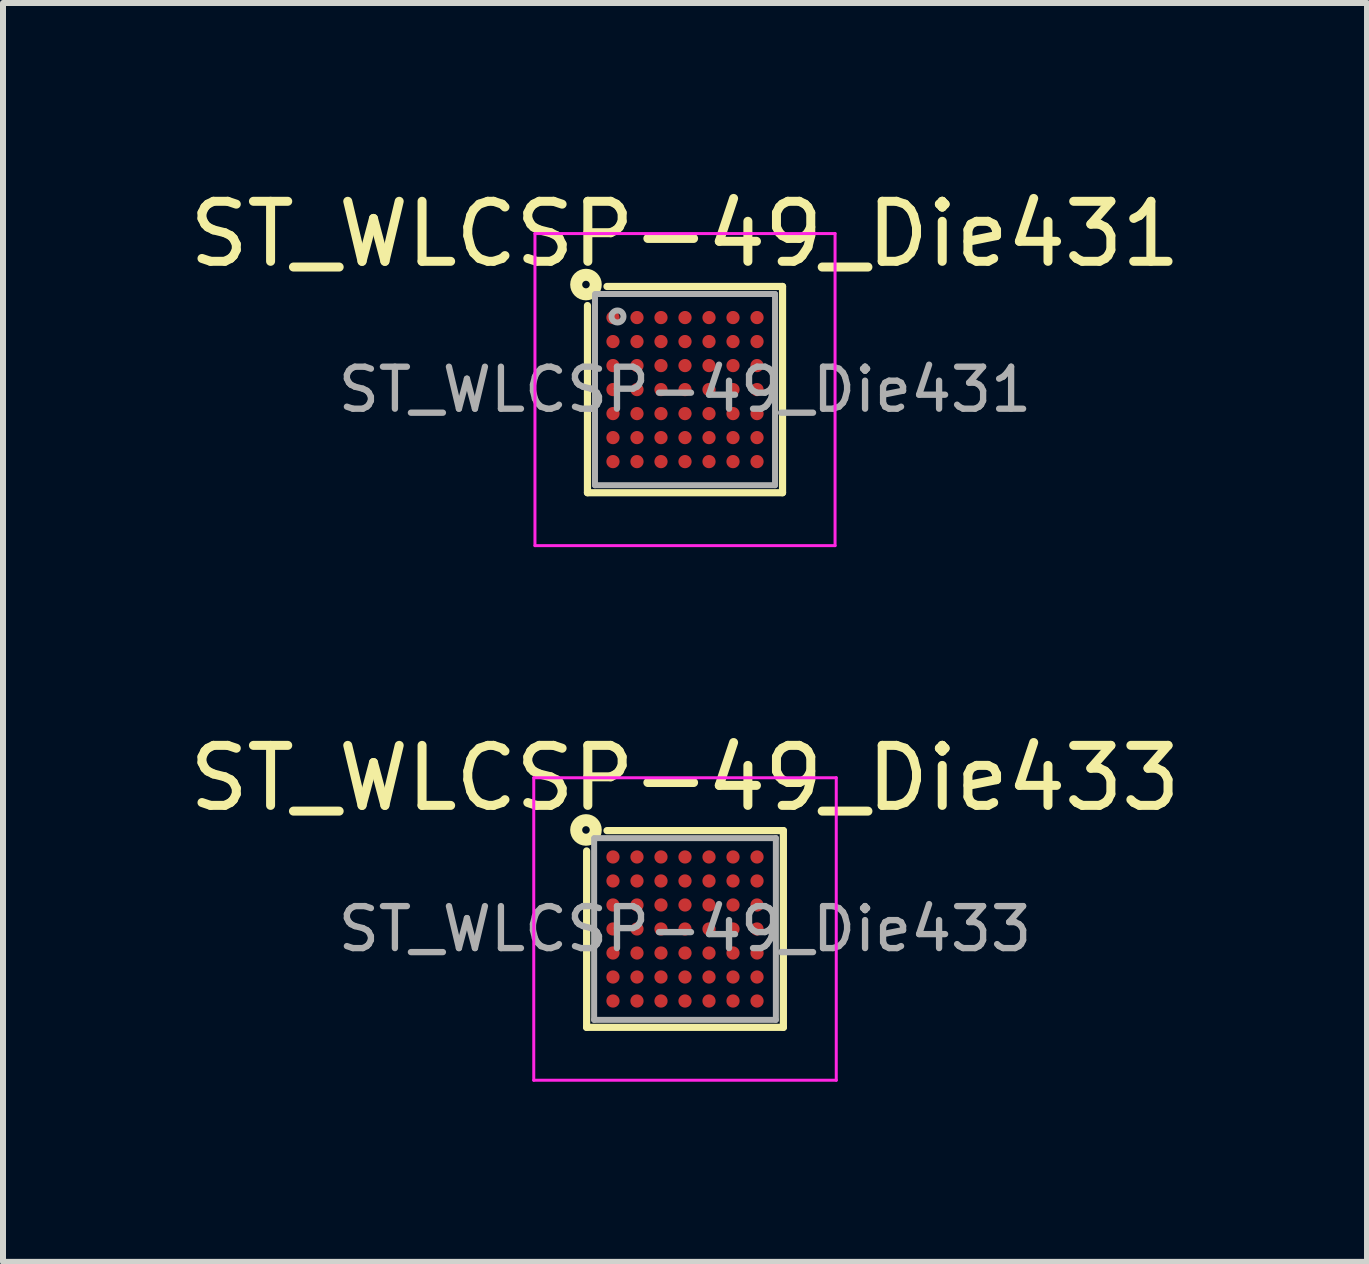
<source format=kicad_pcb>
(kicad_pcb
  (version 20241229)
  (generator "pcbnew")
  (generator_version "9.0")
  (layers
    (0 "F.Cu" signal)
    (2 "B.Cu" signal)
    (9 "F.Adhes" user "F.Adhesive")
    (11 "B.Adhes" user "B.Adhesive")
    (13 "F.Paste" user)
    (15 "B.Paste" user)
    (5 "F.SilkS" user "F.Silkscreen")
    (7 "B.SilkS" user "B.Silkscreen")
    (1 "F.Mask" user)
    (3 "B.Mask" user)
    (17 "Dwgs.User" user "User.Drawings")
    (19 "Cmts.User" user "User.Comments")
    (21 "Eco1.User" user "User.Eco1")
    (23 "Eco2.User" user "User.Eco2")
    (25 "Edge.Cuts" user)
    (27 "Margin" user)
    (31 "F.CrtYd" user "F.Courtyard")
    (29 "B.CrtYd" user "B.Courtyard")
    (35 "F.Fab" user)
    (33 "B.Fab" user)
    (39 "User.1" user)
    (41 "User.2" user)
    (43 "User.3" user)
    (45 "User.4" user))
  (footprint "ST_WLCSP-49_Die433"
    (layer "F.Cu")
    (at 8.363 12.428)
    (property "Reference" "ST_WLCSP-49_Die433" (at 0 -2.514 0) (layer "F.SilkS") (effects (font (size 1 1) (thickness 0.15))))
    (attr smd)
    (fp_line (start -1.639 1.639) (end -1.639 -1.3) (stroke (width 0.12) (type solid)) (layer "F.SilkS"))
    (fp_line (start -1.3 -1.639) (end 1.639 -1.639) (stroke (width 0.12) (type solid)) (layer "F.SilkS"))
    (fp_line (start 1.639 -1.639) (end 1.639 1.639) (stroke (width 0.12) (type solid)) (layer "F.SilkS"))
    (fp_line (start 1.639 1.639) (end -1.639 1.639) (stroke (width 0.12) (type solid)) (layer "F.SilkS"))
    (fp_circle (center -1.65 -1.65) (end -1.587 -1.65) (stroke (width 0.2) (type solid)) (fill no) (layer "F.SilkS"))
    (fp_line (start -2.52 -2.52) (end -2.52 2.52) (stroke (width 0.05) (type solid)) (layer "F.CrtYd"))
    (fp_line (start -2.52 2.52) (end 2.52 2.52) (stroke (width 0.05) (type solid)) (layer "F.CrtYd"))
    (fp_line (start 2.52 -2.52) (end -2.52 -2.52) (stroke (width 0.05) (type solid)) (layer "F.CrtYd"))
    (fp_line (start 2.52 2.52) (end 2.52 -2.52) (stroke (width 0.05) (type solid)) (layer "F.CrtYd"))
    (fp_line (start -1.514 1.514) (end -1.514 -1.51) (stroke (width 0.1) (type solid)) (layer "F.Fab"))
    (fp_line (start -1.51 -1.514) (end 1.514 -1.514) (stroke (width 0.1) (type solid)) (layer "F.Fab"))
    (fp_line (start 1.514 -1.514) (end 1.514 1.514) (stroke (width 0.1) (type solid)) (layer "F.Fab"))
    (fp_line (start 1.514 1.514) (end -1.514 1.514) (stroke (width 0.1) (type solid)) (layer "F.Fab"))
    (fp_text user "${REFERENCE}" (at 0 0 0) (layer "F.Fab") (effects (font (size 0.7 0.7) (thickness 0.105))))
    (pad "A1" smd circle (at -1.2 -1.2) (size 0.22 0.22) (layers "F.Cu" "F.Mask" "F.Paste"))
    (pad "A2" smd circle (at -0.8 -1.2) (size 0.22 0.22) (layers "F.Cu" "F.Mask" "F.Paste"))
    (pad "A3" smd circle (at -0.4 -1.2) (size 0.22 0.22) (layers "F.Cu" "F.Mask" "F.Paste"))
    (pad "A4" smd circle (at 0 -1.2) (size 0.22 0.22) (layers "F.Cu" "F.Mask" "F.Paste"))
    (pad "A5" smd circle (at 0.4 -1.2) (size 0.22 0.22) (layers "F.Cu" "F.Mask" "F.Paste"))
    (pad "A6" smd circle (at 0.8 -1.2) (size 0.22 0.22) (layers "F.Cu" "F.Mask" "F.Paste"))
    (pad "A7" smd circle (at 1.2 -1.2) (size 0.22 0.22) (layers "F.Cu" "F.Mask" "F.Paste"))
    (pad "B1" smd circle (at -1.2 -0.8) (size 0.22 0.22) (layers "F.Cu" "F.Mask" "F.Paste"))
    (pad "B2" smd circle (at -0.8 -0.8) (size 0.22 0.22) (layers "F.Cu" "F.Mask" "F.Paste"))
    (pad "B3" smd circle (at -0.4 -0.8) (size 0.22 0.22) (layers "F.Cu" "F.Mask" "F.Paste"))
    (pad "B4" smd circle (at 0 -0.8) (size 0.22 0.22) (layers "F.Cu" "F.Mask" "F.Paste"))
    (pad "B5" smd circle (at 0.4 -0.8) (size 0.22 0.22) (layers "F.Cu" "F.Mask" "F.Paste"))
    (pad "B6" smd circle (at 0.8 -0.8) (size 0.22 0.22) (layers "F.Cu" "F.Mask" "F.Paste"))
    (pad "B7" smd circle (at 1.2 -0.8) (size 0.22 0.22) (layers "F.Cu" "F.Mask" "F.Paste"))
    (pad "C1" smd circle (at -1.2 -0.4) (size 0.22 0.22) (layers "F.Cu" "F.Mask" "F.Paste"))
    (pad "C2" smd circle (at -0.8 -0.4) (size 0.22 0.22) (layers "F.Cu" "F.Mask" "F.Paste"))
    (pad "C3" smd circle (at -0.4 -0.4) (size 0.22 0.22) (layers "F.Cu" "F.Mask" "F.Paste"))
    (pad "C4" smd circle (at 0 -0.4) (size 0.22 0.22) (layers "F.Cu" "F.Mask" "F.Paste"))
    (pad "C5" smd circle (at 0.4 -0.4) (size 0.22 0.22) (layers "F.Cu" "F.Mask" "F.Paste"))
    (pad "C6" smd circle (at 0.8 -0.4) (size 0.22 0.22) (layers "F.Cu" "F.Mask" "F.Paste"))
    (pad "C7" smd circle (at 1.2 -0.4) (size 0.22 0.22) (layers "F.Cu" "F.Mask" "F.Paste"))
    (pad "D1" smd circle (at -1.2 0) (size 0.22 0.22) (layers "F.Cu" "F.Mask" "F.Paste"))
    (pad "D2" smd circle (at -0.8 0) (size 0.22 0.22) (layers "F.Cu" "F.Mask" "F.Paste"))
    (pad "D3" smd circle (at -0.4 0) (size 0.22 0.22) (layers "F.Cu" "F.Mask" "F.Paste"))
    (pad "D4" smd circle (at 0 0) (size 0.22 0.22) (layers "F.Cu" "F.Mask" "F.Paste"))
    (pad "D5" smd circle (at 0.4 0) (size 0.22 0.22) (layers "F.Cu" "F.Mask" "F.Paste"))
    (pad "D6" smd circle (at 0.8 0) (size 0.22 0.22) (layers "F.Cu" "F.Mask" "F.Paste"))
    (pad "D7" smd circle (at 1.2 0) (size 0.22 0.22) (layers "F.Cu" "F.Mask" "F.Paste"))
    (pad "E1" smd circle (at -1.2 0.4) (size 0.22 0.22) (layers "F.Cu" "F.Mask" "F.Paste"))
    (pad "E2" smd circle (at -0.8 0.4) (size 0.22 0.22) (layers "F.Cu" "F.Mask" "F.Paste"))
    (pad "E3" smd circle (at -0.4 0.4) (size 0.22 0.22) (layers "F.Cu" "F.Mask" "F.Paste"))
    (pad "E4" smd circle (at 0 0.4) (size 0.22 0.22) (layers "F.Cu" "F.Mask" "F.Paste"))
    (pad "E5" smd circle (at 0.4 0.4) (size 0.22 0.22) (layers "F.Cu" "F.Mask" "F.Paste"))
    (pad "E6" smd circle (at 0.8 0.4) (size 0.22 0.22) (layers "F.Cu" "F.Mask" "F.Paste"))
    (pad "E7" smd circle (at 1.2 0.4) (size 0.22 0.22) (layers "F.Cu" "F.Mask" "F.Paste"))
    (pad "F1" smd circle (at -1.2 0.8) (size 0.22 0.22) (layers "F.Cu" "F.Mask" "F.Paste"))
    (pad "F2" smd circle (at -0.8 0.8) (size 0.22 0.22) (layers "F.Cu" "F.Mask" "F.Paste"))
    (pad "F3" smd circle (at -0.4 0.8) (size 0.22 0.22) (layers "F.Cu" "F.Mask" "F.Paste"))
    (pad "F4" smd circle (at 0 0.8) (size 0.22 0.22) (layers "F.Cu" "F.Mask" "F.Paste"))
    (pad "F5" smd circle (at 0.4 0.8) (size 0.22 0.22) (layers "F.Cu" "F.Mask" "F.Paste"))
    (pad "F6" smd circle (at 0.8 0.8) (size 0.22 0.22) (layers "F.Cu" "F.Mask" "F.Paste"))
    (pad "F7" smd circle (at 1.2 0.8) (size 0.22 0.22) (layers "F.Cu" "F.Mask" "F.Paste"))
    (pad "G1" smd circle (at -1.2 1.2) (size 0.22 0.22) (layers "F.Cu" "F.Mask" "F.Paste"))
    (pad "G2" smd circle (at -0.8 1.2) (size 0.22 0.22) (layers "F.Cu" "F.Mask" "F.Paste"))
    (pad "G3" smd circle (at -0.4 1.2) (size 0.22 0.22) (layers "F.Cu" "F.Mask" "F.Paste"))
    (pad "G4" smd circle (at 0 1.2) (size 0.22 0.22) (layers "F.Cu" "F.Mask" "F.Paste"))
    (pad "G5" smd circle (at 0.4 1.2) (size 0.22 0.22) (layers "F.Cu" "F.Mask" "F.Paste"))
    (pad "G6" smd circle (at 0.8 1.2) (size 0.22 0.22) (layers "F.Cu" "F.Mask" "F.Paste"))
    (pad "G7" smd circle (at 1.2 1.2) (size 0.22 0.22) (layers "F.Cu" "F.Mask" "F.Paste")))
  (footprint "ST_WLCSP-49_Die431"
    (layer "F.Cu")
    (at 8.363 3.441)
    (property "Reference" "ST_WLCSP-49_Die431" (at 0 -2.592 0) (layer "F.SilkS") (effects (font (size 1 1) (thickness 0.15))))
    (attr smd)
    (fp_line (start -1.625 1.718) (end -1.625 -1.4) (stroke (width 0.12) (type solid)) (layer "F.SilkS"))
    (fp_line (start -1.3 -1.718) (end 1.625 -1.718) (stroke (width 0.12) (type solid)) (layer "F.SilkS"))
    (fp_line (start 1.625 -1.718) (end 1.625 1.718) (stroke (width 0.12) (type solid)) (layer "F.SilkS"))
    (fp_line (start 1.625 1.718) (end -1.625 1.718) (stroke (width 0.12) (type solid)) (layer "F.SilkS"))
    (fp_circle (center -1.65 -1.75) (end -1.587 -1.75) (stroke (width 0.2) (type solid)) (fill no) (layer "F.SilkS"))
    (fp_line (start -2.5 -2.6) (end -2.5 2.6) (stroke (width 0.05) (type solid)) (layer "F.CrtYd"))
    (fp_line (start -2.5 2.6) (end 2.5 2.6) (stroke (width 0.05) (type solid)) (layer "F.CrtYd"))
    (fp_line (start 2.5 -2.6) (end -2.5 -2.6) (stroke (width 0.05) (type solid)) (layer "F.CrtYd"))
    (fp_line (start 2.5 2.6) (end 2.5 -2.6) (stroke (width 0.05) (type solid)) (layer "F.CrtYd"))
    (fp_line (start -1.5 1.593) (end -1.5 -1.59) (stroke (width 0.1) (type solid)) (layer "F.Fab"))
    (fp_line (start -1.49 -1.593) (end 1.5 -1.593) (stroke (width 0.1) (type solid)) (layer "F.Fab"))
    (fp_line (start 1.5 -1.593) (end 1.5 1.593) (stroke (width 0.1) (type solid)) (layer "F.Fab"))
    (fp_line (start 1.5 1.593) (end -1.5 1.593) (stroke (width 0.1) (type solid)) (layer "F.Fab"))
    (fp_circle (center -1.125 -1.218) (end -1.025 -1.218) (stroke (width 0.1) (type solid)) (fill no) (layer "F.Fab"))
    (fp_text user "${REFERENCE}" (at 0 0 0) (layer "F.Fab") (effects (font (size 0.7 0.7) (thickness 0.105))))
    (pad "A1" smd circle (at -1.2 -1.2) (size 0.22 0.22) (layers "F.Cu" "F.Mask" "F.Paste"))
    (pad "A2" smd circle (at -0.8 -1.2) (size 0.22 0.22) (layers "F.Cu" "F.Mask" "F.Paste"))
    (pad "A3" smd circle (at -0.4 -1.2) (size 0.22 0.22) (layers "F.Cu" "F.Mask" "F.Paste"))
    (pad "A4" smd circle (at 0 -1.2) (size 0.22 0.22) (layers "F.Cu" "F.Mask" "F.Paste"))
    (pad "A5" smd circle (at 0.4 -1.2) (size 0.22 0.22) (layers "F.Cu" "F.Mask" "F.Paste"))
    (pad "A6" smd circle (at 0.8 -1.2) (size 0.22 0.22) (layers "F.Cu" "F.Mask" "F.Paste"))
    (pad "A7" smd circle (at 1.2 -1.2) (size 0.22 0.22) (layers "F.Cu" "F.Mask" "F.Paste"))
    (pad "B1" smd circle (at -1.2 -0.8) (size 0.22 0.22) (layers "F.Cu" "F.Mask" "F.Paste"))
    (pad "B2" smd circle (at -0.8 -0.8) (size 0.22 0.22) (layers "F.Cu" "F.Mask" "F.Paste"))
    (pad "B3" smd circle (at -0.4 -0.8) (size 0.22 0.22) (layers "F.Cu" "F.Mask" "F.Paste"))
    (pad "B4" smd circle (at 0 -0.8) (size 0.22 0.22) (layers "F.Cu" "F.Mask" "F.Paste"))
    (pad "B5" smd circle (at 0.4 -0.8) (size 0.22 0.22) (layers "F.Cu" "F.Mask" "F.Paste"))
    (pad "B6" smd circle (at 0.8 -0.8) (size 0.22 0.22) (layers "F.Cu" "F.Mask" "F.Paste"))
    (pad "B7" smd circle (at 1.2 -0.8) (size 0.22 0.22) (layers "F.Cu" "F.Mask" "F.Paste"))
    (pad "C1" smd circle (at -1.2 -0.4) (size 0.22 0.22) (layers "F.Cu" "F.Mask" "F.Paste"))
    (pad "C2" smd circle (at -0.8 -0.4) (size 0.22 0.22) (layers "F.Cu" "F.Mask" "F.Paste"))
    (pad "C3" smd circle (at -0.4 -0.4) (size 0.22 0.22) (layers "F.Cu" "F.Mask" "F.Paste"))
    (pad "C4" smd circle (at 0 -0.4) (size 0.22 0.22) (layers "F.Cu" "F.Mask" "F.Paste"))
    (pad "C5" smd circle (at 0.4 -0.4) (size 0.22 0.22) (layers "F.Cu" "F.Mask" "F.Paste"))
    (pad "C6" smd circle (at 0.8 -0.4) (size 0.22 0.22) (layers "F.Cu" "F.Mask" "F.Paste"))
    (pad "C7" smd circle (at 1.2 -0.4) (size 0.22 0.22) (layers "F.Cu" "F.Mask" "F.Paste"))
    (pad "D1" smd circle (at -1.2 0) (size 0.22 0.22) (layers "F.Cu" "F.Mask" "F.Paste"))
    (pad "D2" smd circle (at -0.8 0) (size 0.22 0.22) (layers "F.Cu" "F.Mask" "F.Paste"))
    (pad "D3" smd circle (at -0.4 0) (size 0.22 0.22) (layers "F.Cu" "F.Mask" "F.Paste"))
    (pad "D4" smd circle (at 0 0) (size 0.22 0.22) (layers "F.Cu" "F.Mask" "F.Paste"))
    (pad "D5" smd circle (at 0.4 0) (size 0.22 0.22) (layers "F.Cu" "F.Mask" "F.Paste"))
    (pad "D6" smd circle (at 0.8 0) (size 0.22 0.22) (layers "F.Cu" "F.Mask" "F.Paste"))
    (pad "D7" smd circle (at 1.2 0) (size 0.22 0.22) (layers "F.Cu" "F.Mask" "F.Paste"))
    (pad "E1" smd circle (at -1.2 0.4) (size 0.22 0.22) (layers "F.Cu" "F.Mask" "F.Paste"))
    (pad "E2" smd circle (at -0.8 0.4) (size 0.22 0.22) (layers "F.Cu" "F.Mask" "F.Paste"))
    (pad "E3" smd circle (at -0.4 0.4) (size 0.22 0.22) (layers "F.Cu" "F.Mask" "F.Paste"))
    (pad "E4" smd circle (at 0 0.4) (size 0.22 0.22) (layers "F.Cu" "F.Mask" "F.Paste"))
    (pad "E5" smd circle (at 0.4 0.4) (size 0.22 0.22) (layers "F.Cu" "F.Mask" "F.Paste"))
    (pad "E6" smd circle (at 0.8 0.4) (size 0.22 0.22) (layers "F.Cu" "F.Mask" "F.Paste"))
    (pad "E7" smd circle (at 1.2 0.4) (size 0.22 0.22) (layers "F.Cu" "F.Mask" "F.Paste"))
    (pad "F1" smd circle (at -1.2 0.8) (size 0.22 0.22) (layers "F.Cu" "F.Mask" "F.Paste"))
    (pad "F2" smd circle (at -0.8 0.8) (size 0.22 0.22) (layers "F.Cu" "F.Mask" "F.Paste"))
    (pad "F3" smd circle (at -0.4 0.8) (size 0.22 0.22) (layers "F.Cu" "F.Mask" "F.Paste"))
    (pad "F4" smd circle (at 0 0.8) (size 0.22 0.22) (layers "F.Cu" "F.Mask" "F.Paste"))
    (pad "F5" smd circle (at 0.4 0.8) (size 0.22 0.22) (layers "F.Cu" "F.Mask" "F.Paste"))
    (pad "F6" smd circle (at 0.8 0.8) (size 0.22 0.22) (layers "F.Cu" "F.Mask" "F.Paste"))
    (pad "F7" smd circle (at 1.2 0.8) (size 0.22 0.22) (layers "F.Cu" "F.Mask" "F.Paste"))
    (pad "G1" smd circle (at -1.2 1.2) (size 0.22 0.22) (layers "F.Cu" "F.Mask" "F.Paste"))
    (pad "G2" smd circle (at -0.8 1.2) (size 0.22 0.22) (layers "F.Cu" "F.Mask" "F.Paste"))
    (pad "G3" smd circle (at -0.4 1.2) (size 0.22 0.22) (layers "F.Cu" "F.Mask" "F.Paste"))
    (pad "G4" smd circle (at 0 1.2) (size 0.22 0.22) (layers "F.Cu" "F.Mask" "F.Paste"))
    (pad "G5" smd circle (at 0.4 1.2) (size 0.22 0.22) (layers "F.Cu" "F.Mask" "F.Paste"))
    (pad "G6" smd circle (at 0.8 1.2) (size 0.22 0.22) (layers "F.Cu" "F.Mask" "F.Paste"))
    (pad "G7" smd circle (at 1.2 1.2) (size 0.22 0.22) (layers "F.Cu" "F.Mask" "F.Paste")))
  (gr_rect
    (start -3 -3)
    (end 19.726 17.974)
    (stroke (width 0.1) (type default))
    (fill no)
    (layer "Edge.Cuts")))
</source>
